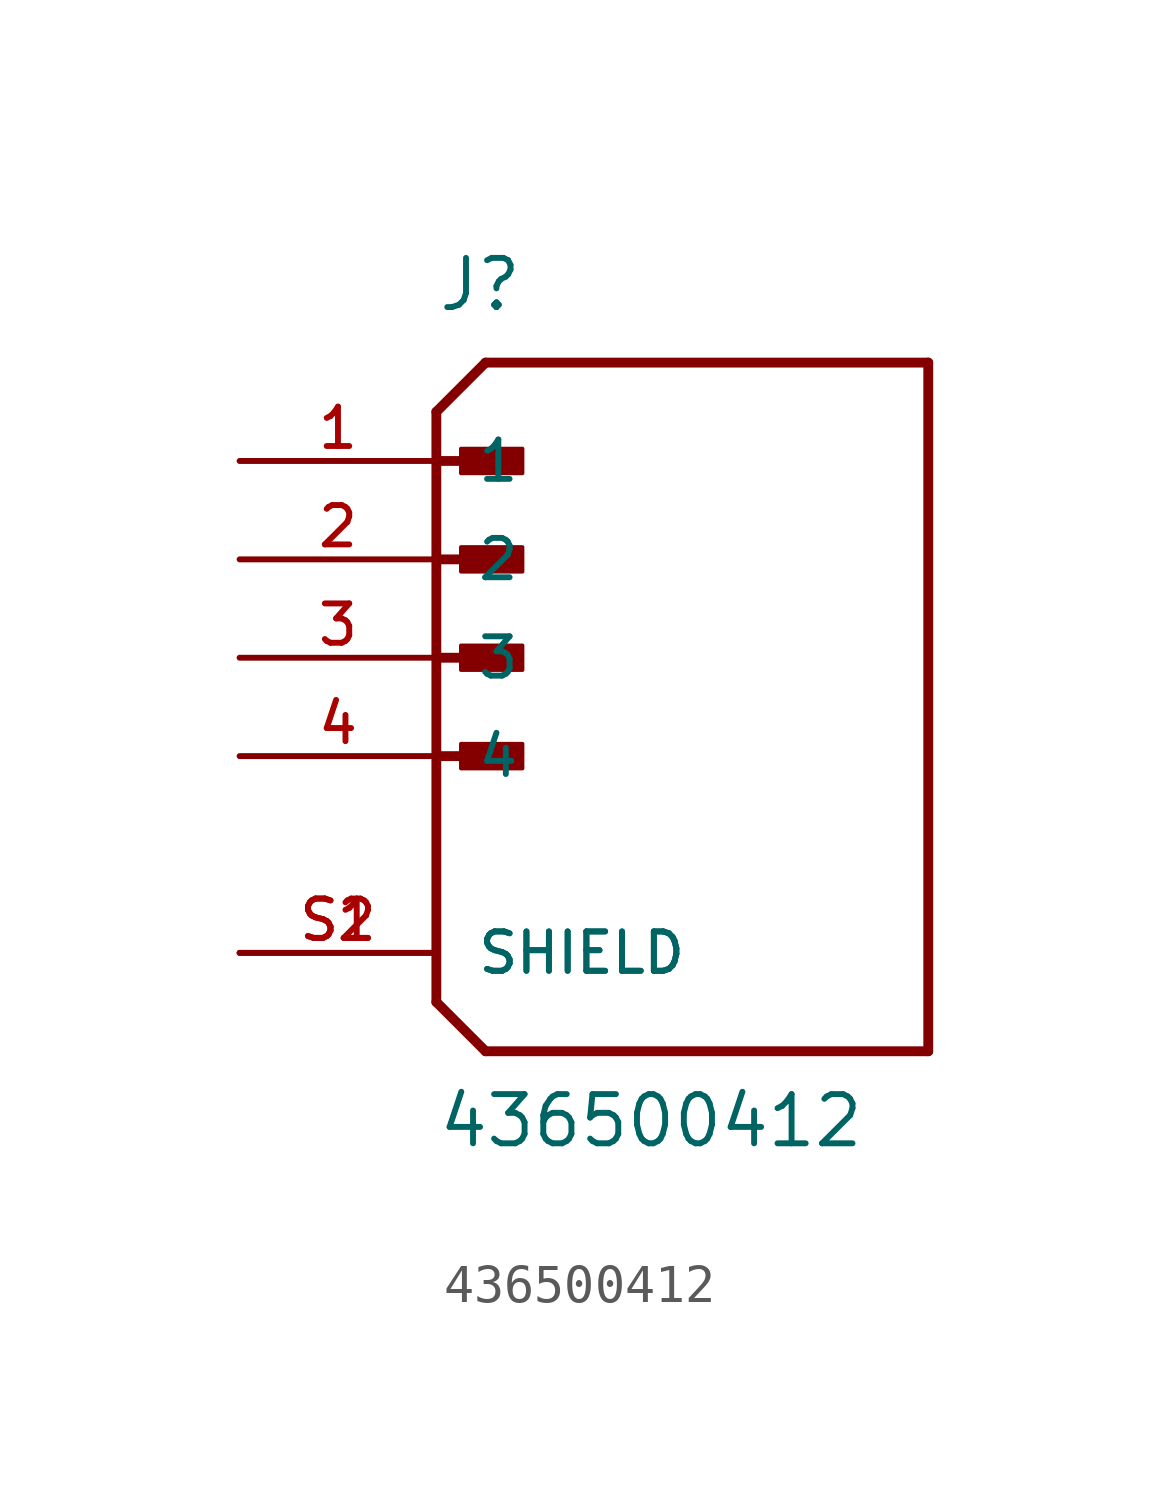
<source format=kicad_sym>
(kicad_symbol_lib
  (version 20211014)
  (generator kicad_symbol_editor)
  (symbol "436500412"
    (pin_names
      (offset 1.016))
    (property "Reference" "J"
      (at 0.0 11.43 0)
      (effects (font (size 1.27 1.27)) (justify bottom left)))
    (property "Value" "436500412"
      (at 0.0 -10.16 0)
      (effects (font (size 1.27 1.27)) (justify bottom left)))
    (symbol "436500412_0_0"
      (polyline (pts (xy 0.0 8.89) (xy 1.27 10.16)) (stroke (width 0.254)))
      (polyline (pts (xy 0.0 8.89) (xy 0.0 7.62)) (stroke (width 0.254)))
      (polyline (pts (xy 0.0 7.62) (xy 0.0 -6.35)) (stroke (width 0.254)))
      (polyline (pts (xy 0.0 -6.35) (xy 1.27 -7.62)) (stroke (width 0.254)))
      (polyline (pts (xy 1.27 -7.62) (xy 12.7 -7.62)) (stroke (width 0.254)))
      (polyline (pts (xy 12.7 -7.62) (xy 12.7 10.16)) (stroke (width 0.254)))
      (polyline (pts (xy 12.7 10.16) (xy 1.27 10.16)) (stroke (width 0.254)))
      (polyline (pts (xy 0.0 7.62) (xy 1.905 7.62)) (stroke (width 0.254)))
      (rectangle (start 0.635 7.303) (end 2.223 7.938) (stroke (width 0.1)) (fill (type outline)))
      (polyline (pts (xy 0.0 5.08) (xy 1.905 5.08)) (stroke (width 0.254)))
      (rectangle (start 0.635 4.763) (end 2.223 5.397) (stroke (width 0.1)) (fill (type outline)))
      (polyline (pts (xy 0.0 2.54) (xy 1.905 2.54)) (stroke (width 0.254)))
      (rectangle (start 0.635 2.223) (end 2.223 2.857) (stroke (width 0.1)) (fill (type outline)))
      (polyline (pts (xy 0.0 0.0) (xy 1.905 0.0)) (stroke (width 0.254)))
      (rectangle (start 0.635 -0.318) (end 2.223 0.318) (stroke (width 0.1)) (fill (type outline)))
      (pin passive line (at -5.08 7.62 0) (length 5.08) (name "1" (effects (font (size 1.016 1.016)))) (number "1" (effects (font (size 1.016 1.016)))))
      (pin passive line (at -5.08 5.08 0) (length 5.08) (name "2" (effects (font (size 1.016 1.016)))) (number "2" (effects (font (size 1.016 1.016)))))
      (pin passive line (at -5.08 -5.08 0) (length 5.08) (name "SHIELD" (effects (font (size 1.016 1.016)))) (number "S1" (effects (font (size 1.016 1.016)))))
      (pin passive line (at -5.08 -5.08 0) (length 5.08) (name "SHIELD" (effects (font (size 1.016 1.016)))) (number "S2" (effects (font (size 1.016 1.016)))))
      (pin passive line (at -5.08 2.54 0) (length 5.08) (name "3" (effects (font (size 1.016 1.016)))) (number "3" (effects (font (size 1.016 1.016)))))
      (pin passive line (at -5.08 0.0 0) (length 5.08) (name "4" (effects (font (size 1.016 1.016)))) (number "4" (effects (font (size 1.016 1.016))))))))
</source>
